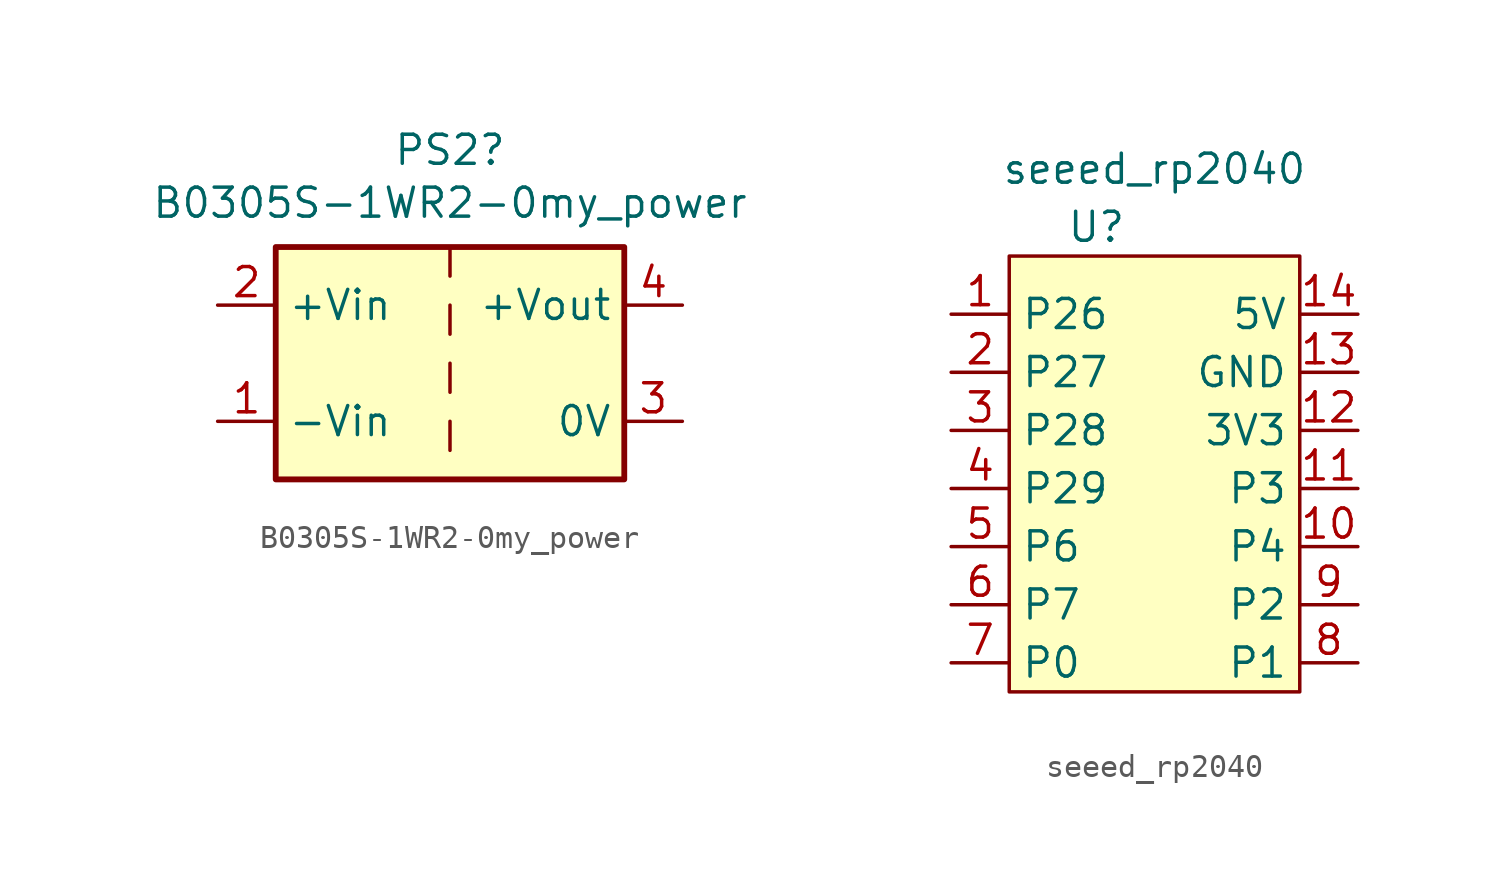
<source format=kicad_sym>
(kicad_symbol_lib
  (version 20211014)
  (generator kicad_symbol_editor)
  (symbol "B0305S-1WR2-0my_power"
    (property "Reference" "PS2"
      (at 0 9.322 0)
      (effects (font (size 1.27 1.27))))
    (property "Value" "B0305S-1WR2-0my_power"
      (at 0 7.01 0)
      (effects (font (size 1.27 1.27))))
    (symbol "B0305S-1WR2-0my_power_0_0"
      (pin power_in line (at -10.16 -2.54 0) (length 2.54) (name "-Vin" (effects (font (size 1.27 1.27)))) (number "1" (effects (font (size 1.27 1.27)))))
      (pin power_in line (at -10.16 2.54 0) (length 2.54) (name "+Vin" (effects (font (size 1.27 1.27)))) (number "2" (effects (font (size 1.27 1.27)))))
      (pin power_out line (at 10.16 -2.54 180) (length 2.54) (name "0V" (effects (font (size 1.27 1.27)))) (number "3" (effects (font (size 1.27 1.27)))))
      (pin power_out line (at 10.16 2.54 180) (length 2.54) (name "+Vout" (effects (font (size 1.27 1.27)))) (number "4" (effects (font (size 1.27 1.27))))))
    (symbol "B0305S-1WR2-0my_power_0_1"
      (rectangle (start -7.62 5.08) (end 7.62 -5.08) (stroke (width 0.254) (type default) (color 0 0 0 0)) (fill (type background)))
      (polyline (pts (xy 0 -2.54) (xy 0 -3.81)) (stroke (width 0) (type default) (color 0 0 0 0)) (fill (type none)))
      (polyline (pts (xy 0 0) (xy 0 -1.27)) (stroke (width 0) (type default) (color 0 0 0 0)) (fill (type none)))
      (polyline (pts (xy 0 2.54) (xy 0 1.27)) (stroke (width 0) (type default) (color 0 0 0 0)) (fill (type none)))
      (polyline (pts (xy 0 5.08) (xy 0 3.81)) (stroke (width 0) (type default) (color 0 0 0 0)) (fill (type none)))))
  (symbol "seeed_rp2040"
    (property "Reference" "U"
      (at -2.54 1.27 0)
      (effects (font (size 1.27 1.27))))
    (property "Value" "seeed_rp2040"
      (at 0 3.81 0)
      (effects (font (size 1.27 1.27))))
    (symbol "seeed_rp2040_0_1"
      (rectangle (start -6.35 0) (end 6.35 -19.05) (stroke (width 0) (type default) (color 0 0 0 0)) (fill (type background))))
    (symbol "seeed_rp2040_1_1"
      (pin bidirectional line (at -8.89 -2.54 0) (length 2.54) (name "P26" (effects (font (size 1.27 1.27)))) (number "1" (effects (font (size 1.27 1.27)))))
      (pin bidirectional line (at 8.89 -12.7 180) (length 2.54) (name "P4" (effects (font (size 1.27 1.27)))) (number "10" (effects (font (size 1.27 1.27)))))
      (pin bidirectional line (at 8.89 -10.16 180) (length 2.54) (name "P3" (effects (font (size 1.27 1.27)))) (number "11" (effects (font (size 1.27 1.27)))))
      (pin power_out line (at 8.89 -7.62 180) (length 2.54) (name "3V3" (effects (font (size 1.27 1.27)))) (number "12" (effects (font (size 1.27 1.27)))))
      (pin passive line (at 8.89 -5.08 180) (length 2.54) (name "GND" (effects (font (size 1.27 1.27)))) (number "13" (effects (font (size 1.27 1.27)))))
      (pin passive line (at 8.89 -2.54 180) (length 2.54) (name "5V" (effects (font (size 1.27 1.27)))) (number "14" (effects (font (size 1.27 1.27)))))
      (pin bidirectional line (at -8.89 -5.08 0) (length 2.54) (name "P27" (effects (font (size 1.27 1.27)))) (number "2" (effects (font (size 1.27 1.27)))))
      (pin bidirectional line (at -8.89 -7.62 0) (length 2.54) (name "P28" (effects (font (size 1.27 1.27)))) (number "3" (effects (font (size 1.27 1.27)))))
      (pin bidirectional line (at -8.89 -10.16 0) (length 2.54) (name "P29" (effects (font (size 1.27 1.27)))) (number "4" (effects (font (size 1.27 1.27)))))
      (pin bidirectional line (at -8.89 -12.7 0) (length 2.54) (name "P6" (effects (font (size 1.27 1.27)))) (number "5" (effects (font (size 1.27 1.27)))))
      (pin bidirectional line (at -8.89 -15.24 0) (length 2.54) (name "P7" (effects (font (size 1.27 1.27)))) (number "6" (effects (font (size 1.27 1.27)))))
      (pin bidirectional line (at -8.89 -17.78 0) (length 2.54) (name "P0" (effects (font (size 1.27 1.27)))) (number "7" (effects (font (size 1.27 1.27)))))
      (pin bidirectional line (at 8.89 -17.78 180) (length 2.54) (name "P1" (effects (font (size 1.27 1.27)))) (number "8" (effects (font (size 1.27 1.27)))))
      (pin bidirectional line (at 8.89 -15.24 180) (length 2.54) (name "P2" (effects (font (size 1.27 1.27)))) (number "9" (effects (font (size 1.27 1.27))))))))
</source>
